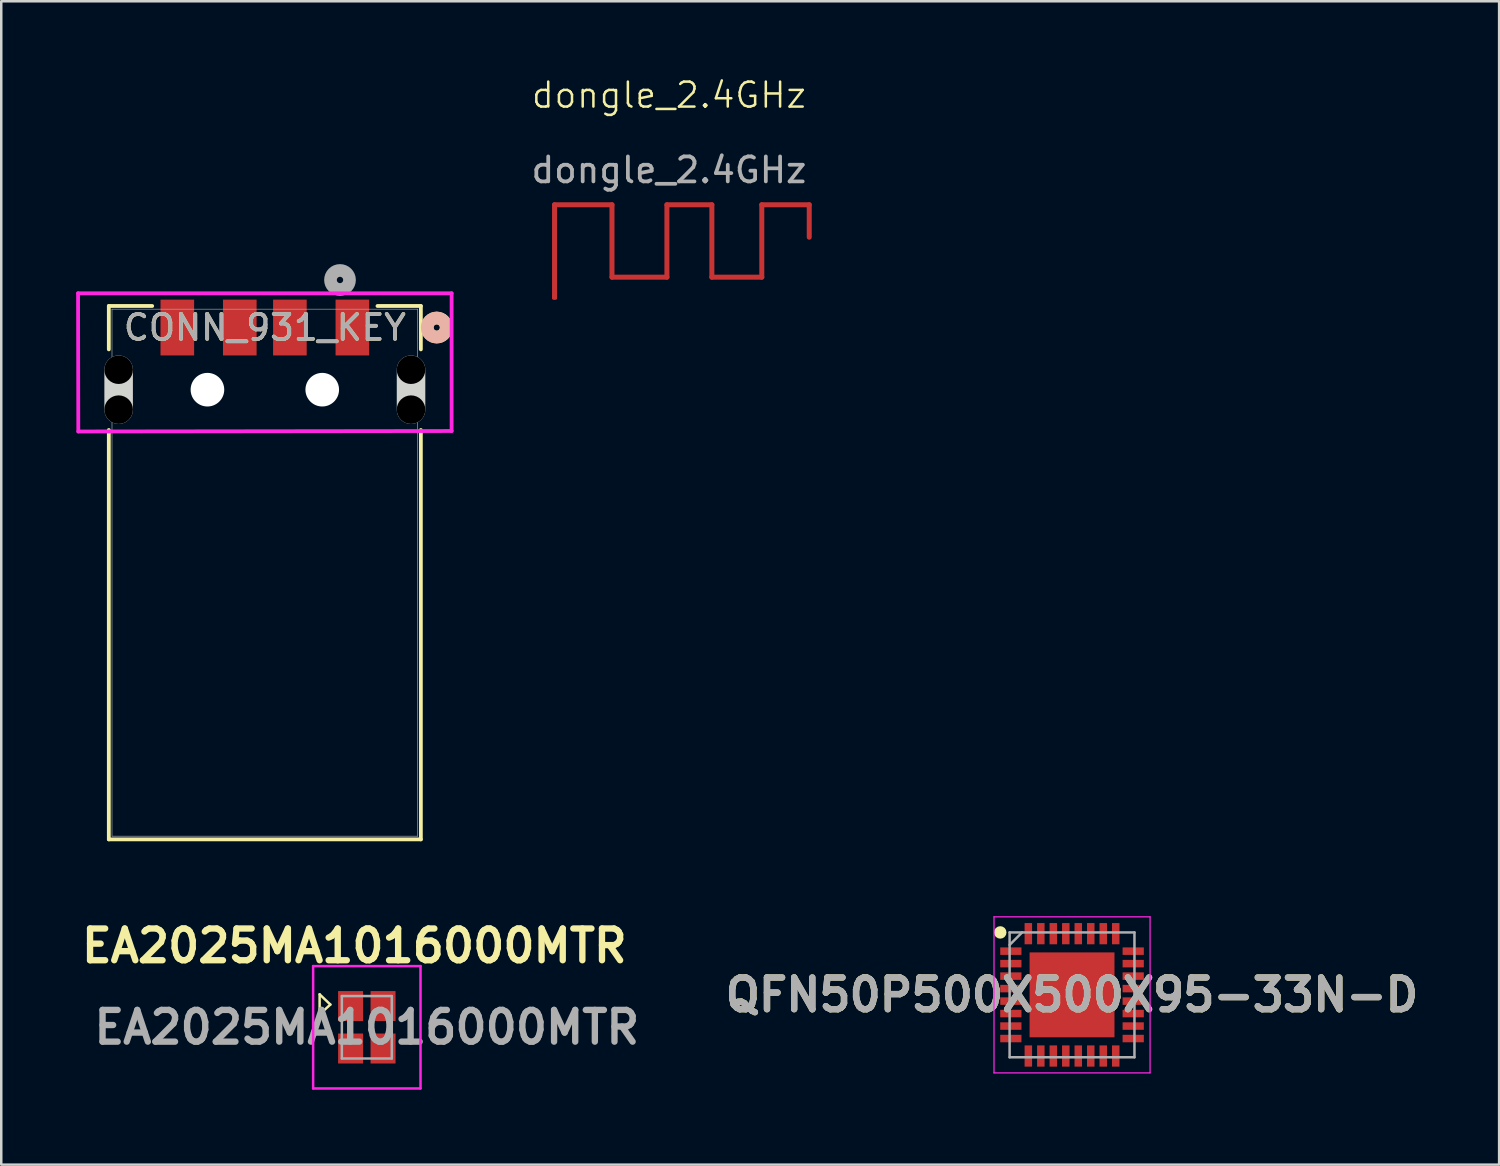
<source format=kicad_pcb>
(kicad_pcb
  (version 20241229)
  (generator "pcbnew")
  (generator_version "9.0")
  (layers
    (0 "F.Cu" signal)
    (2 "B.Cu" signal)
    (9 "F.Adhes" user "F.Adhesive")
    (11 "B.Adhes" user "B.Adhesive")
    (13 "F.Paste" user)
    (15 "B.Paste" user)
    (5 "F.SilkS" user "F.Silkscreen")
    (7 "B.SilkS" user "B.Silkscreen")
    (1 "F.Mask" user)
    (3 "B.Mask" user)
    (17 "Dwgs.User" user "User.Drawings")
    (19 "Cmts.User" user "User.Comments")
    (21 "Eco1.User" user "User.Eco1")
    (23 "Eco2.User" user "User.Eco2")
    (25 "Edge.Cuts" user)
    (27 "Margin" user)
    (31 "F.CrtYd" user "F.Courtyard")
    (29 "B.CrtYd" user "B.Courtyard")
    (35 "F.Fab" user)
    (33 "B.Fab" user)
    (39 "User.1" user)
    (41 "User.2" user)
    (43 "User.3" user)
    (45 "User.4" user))
  (footprint "CONN_931_KEY"
    (layer "F.Cu")
    (at 7.556 0.25)
    (property "Reference" "CONN_931_KEY" (at 0 9.817 0) (unlocked yes) (layer "F.SilkS") (effects (font (size 1 1) (thickness 0.15))))
    (attr smd)
    (fp_line (start -6.248 8.954) (end -6.248 10.692) (stroke (width 0.152) (type solid)) (layer "F.SilkS"))
    (fp_line (start -6.248 13.92) (end -6.248 30.315) (stroke (width 0.152) (type solid)) (layer "F.SilkS"))
    (fp_line (start -6.248 30.315) (end 6.248 30.315) (stroke (width 0.152) (type solid)) (layer "F.SilkS"))
    (fp_line (start -4.511 8.954) (end -6.248 8.954) (stroke (width 0.152) (type solid)) (layer "F.SilkS"))
    (fp_line (start 6.248 8.954) (end 4.511 8.954) (stroke (width 0.152) (type solid)) (layer "F.SilkS"))
    (fp_line (start 6.248 10.692) (end 6.248 8.954) (stroke (width 0.152) (type solid)) (layer "F.SilkS"))
    (fp_line (start 6.248 30.315) (end 6.248 13.92) (stroke (width 0.152) (type solid)) (layer "F.SilkS"))
    (fp_circle (center 6.883 9.817) (end 7.264 9.817) (stroke (width 0.508) (type solid)) (fill no) (layer "F.SilkS"))
    (fp_circle (center 6.883 9.817) (end 7.264 9.817) (stroke (width 0.508) (type solid)) (fill no) (layer "B.SilkS"))
    (fp_line (start -5.855 13.106) (end -5.855 11.506) (stroke (width 1.143) (type solid)) (layer "Edge.Cuts"))
    (fp_line (start 5.855 13.106) (end 5.855 11.506) (stroke (width 1.143) (type solid)) (layer "Edge.Cuts"))
    (fp_line (start -7.47 13.98) (end -7.48 8.445) (stroke (width 0.152) (type default)) (layer "F.CrtYd"))
    (fp_line (start 7.48 13.96) (end -7.47 13.98) (stroke (width 0.152) (type default)) (layer "F.CrtYd"))
    (fp_line (start 7.48 8.445) (end -7.48 8.445) (stroke (width 0.152) (type solid)) (layer "F.CrtYd"))
    (fp_line (start 7.48 8.445) (end 7.48 13.96) (stroke (width 0.152) (type default)) (layer "F.CrtYd"))
    (fp_line (start -6.121 9.081) (end -6.121 30.188) (stroke (width 0.025) (type solid)) (layer "F.Fab"))
    (fp_line (start -6.121 30.188) (end 6.121 30.188) (stroke (width 0.025) (type solid)) (layer "F.Fab"))
    (fp_line (start 6.121 9.081) (end -6.121 9.081) (stroke (width 0.025) (type solid)) (layer "F.Fab"))
    (fp_line (start 6.121 30.188) (end 6.121 9.081) (stroke (width 0.025) (type solid)) (layer "F.Fab"))
    (fp_circle (center 3.01 7.912) (end 3.391 7.912) (stroke (width 0.508) (type solid)) (fill no) (layer "F.Fab"))
    (fp_text user "${REFERENCE}" (at 0 9.817 0) (unlocked yes) (layer "F.Fab") (effects (font (size 1 1) (thickness 0.15))))
    (pad "" np_thru_hole circle (at -5.855 11.506) (size 1.143 1.143) (drill 1.143) (layers))
    (pad "" np_thru_hole circle (at -5.855 13.106) (size 1.143 1.143) (drill 1.143) (layers))
    (pad "" np_thru_hole circle (at -2.299 12.306 90) (size 1.346 1.346) (drill 1.346) (layers "*.Cu" "*.Mask"))
    (pad "" np_thru_hole circle (at 2.299 12.306 90) (size 1.346 1.346) (drill 1.346) (layers "*.Cu" "*.Mask"))
    (pad "" np_thru_hole circle (at 5.855 11.506) (size 1.143 1.143) (drill 1.143) (layers))
    (pad "" np_thru_hole circle (at 5.855 13.106) (size 1.143 1.143) (drill 1.143) (layers))
    (pad "1" smd rect (at 3.505 9.817) (size 1.346 2.235) (layers "F.Cu" "F.Mask" "F.Paste"))
    (pad "2" smd rect (at 1.003 9.817) (size 1.346 2.235) (layers "F.Cu" "F.Mask" "F.Paste"))
    (pad "3" smd rect (at -1.003 9.817) (size 1.346 2.235) (layers "F.Cu" "F.Mask" "F.Paste"))
    (pad "4" smd rect (at -3.505 9.817) (size 1.346 2.235) (layers "F.Cu" "F.Mask" "F.Paste")))
  (footprint "dongle_2.4GHz"
    (layer "F.Cu")
    (at 23.738 1.26)
    (property "Reference" "dongle_2.4GHz" (at 0 -0.5 0) (unlocked yes) (layer "F.SilkS") (effects (font (size 1 1) (thickness 0.1))))
    (attr smd)
    (fp_line (start -4.58 3.89) (end -2.28 3.89) (stroke (width 0.2) (type default)) (layer "F.Cu"))
    (fp_line (start -4.58 7.59) (end -4.58 3.89) (stroke (width 0.2) (type default)) (layer "F.Cu"))
    (fp_line (start -2.28 3.89) (end -2.28 6.79) (stroke (width 0.2) (type default)) (layer "F.Cu"))
    (fp_line (start -2.28 6.79) (end -0.08 6.79) (stroke (width 0.2) (type default)) (layer "F.Cu"))
    (fp_line (start -0.08 3.89) (end 1.72 3.89) (stroke (width 0.2) (type default)) (layer "F.Cu"))
    (fp_line (start -0.08 6.79) (end -0.08 3.89) (stroke (width 0.2) (type default)) (layer "F.Cu"))
    (fp_line (start 1.72 3.89) (end 1.72 6.79) (stroke (width 0.2) (type default)) (layer "F.Cu"))
    (fp_line (start 1.72 6.79) (end 3.72 6.79) (stroke (width 0.2) (type default)) (layer "F.Cu"))
    (fp_line (start 3.72 3.89) (end 5.62 3.89) (stroke (width 0.2) (type default)) (layer "F.Cu"))
    (fp_line (start 3.72 6.79) (end 3.72 3.89) (stroke (width 0.2) (type default)) (layer "F.Cu"))
    (fp_line (start 5.62 3.89) (end 5.62 5.19) (stroke (width 0.2) (type default)) (layer "F.Cu"))
    (fp_text user "${REFERENCE}" (at 0 2.5 0) (unlocked yes) (layer "F.Fab") (effects (font (size 1 1) (thickness 0.15))))
    (pad "1" smd roundrect (at -4.58 7.59) (size 0.2 0.2) (layers "F.Cu" "F.Mask" "F.Paste") (roundrect_rratio 0.25)))
  (footprint "EA2025MA1016000MTR"
    (layer "F.Cu")
    (at 11.64 38.09)
    (property "Reference" "EA2025MA1016000MTR" (at -0.5 -3.26 0) (layer "F.SilkS") (effects (font (size 1.27 1.27) (thickness 0.254))))
    (attr smd)
    (fp_line (start -1.89 -1.32) (end -1.89 -0.52) (stroke (width 0.1) (type default)) (layer "F.SilkS"))
    (fp_line (start -1.89 -0.52) (end -1.46 -0.91) (stroke (width 0.1) (type default)) (layer "F.SilkS"))
    (fp_line (start -1.46 -0.91) (end -1.89 -1.32) (stroke (width 0.1) (type default)) (layer "F.SilkS"))
    (fp_line (start -2.15 -2.45) (end 2.15 -2.45) (stroke (width 0.1) (type solid)) (layer "F.CrtYd"))
    (fp_line (start -2.15 2.45) (end -2.15 -2.45) (stroke (width 0.1) (type solid)) (layer "F.CrtYd"))
    (fp_line (start 2.15 -2.45) (end 2.15 2.45) (stroke (width 0.1) (type solid)) (layer "F.CrtYd"))
    (fp_line (start 2.15 2.45) (end -2.15 2.45) (stroke (width 0.1) (type solid)) (layer "F.CrtYd"))
    (fp_line (start -1 -1.25) (end 1 -1.25) (stroke (width 0.1) (type solid)) (layer "F.Fab"))
    (fp_line (start -1 1.25) (end -1 -1.25) (stroke (width 0.1) (type solid)) (layer "F.Fab"))
    (fp_line (start 1 -1.25) (end 1 1.25) (stroke (width 0.1) (type solid)) (layer "F.Fab"))
    (fp_line (start 1 1.25) (end -1 1.25) (stroke (width 0.1) (type solid)) (layer "F.Fab"))
    (fp_text user "${REFERENCE}" (at 0 0 0) (layer "F.Fab") (effects (font (size 1.27 1.27) (thickness 0.254))))
    (pad "1" smd rect (at -0.65 -0.85) (size 1 1.2) (layers "F.Cu" "F.Mask" "F.Paste"))
    (pad "2" smd rect (at -0.65 0.85) (size 1 1.2) (layers "F.Cu" "F.Mask" "F.Paste"))
    (pad "3" smd rect (at 0.65 0.85) (size 1 1.2) (layers "F.Cu" "F.Mask" "F.Paste"))
    (pad "4" smd rect (at 0.65 -0.85) (size 1 1.2) (layers "F.Cu" "F.Mask" "F.Paste")))
  (footprint "QFN50P500X500X95-33N-D"
    (layer "F.Cu")
    (at 39.882 36.791)
    (property "Reference" "QFN50P500X500X95-33N-D" (at 0 0 0) (layer "F.SilkS") (effects (font (size 1.27 1.27) (thickness 0.254))))
    (attr smd)
    (fp_circle (center -2.875 -2.5) (end -2.875 -2.375) (stroke (width 0.25) (type solid)) (fill no) (layer "F.SilkS"))
    (fp_line (start -3.125 -3.125) (end 3.125 -3.125) (stroke (width 0.05) (type solid)) (layer "F.CrtYd"))
    (fp_line (start -3.125 3.125) (end -3.125 -3.125) (stroke (width 0.05) (type solid)) (layer "F.CrtYd"))
    (fp_line (start 3.125 -3.125) (end 3.125 3.125) (stroke (width 0.05) (type solid)) (layer "F.CrtYd"))
    (fp_line (start 3.125 3.125) (end -3.125 3.125) (stroke (width 0.05) (type solid)) (layer "F.CrtYd"))
    (fp_line (start -2.5 -2.5) (end 2.5 -2.5) (stroke (width 0.1) (type solid)) (layer "F.Fab"))
    (fp_line (start -2.5 -2) (end -2 -2.5) (stroke (width 0.1) (type solid)) (layer "F.Fab"))
    (fp_line (start -2.5 2.5) (end -2.5 -2.5) (stroke (width 0.1) (type solid)) (layer "F.Fab"))
    (fp_line (start 2.5 -2.5) (end 2.5 2.5) (stroke (width 0.1) (type solid)) (layer "F.Fab"))
    (fp_line (start 2.5 2.5) (end -2.5 2.5) (stroke (width 0.1) (type solid)) (layer "F.Fab"))
    (fp_text user "${REFERENCE}" (at 0 0 0) (layer "F.Fab") (effects (font (size 1.27 1.27) (thickness 0.254))))
    (pad "1" smd rect (at -2.45 -1.75 90) (size 0.3 0.85) (layers "F.Cu" "F.Mask" "F.Paste"))
    (pad "2" smd rect (at -2.45 -1.25 90) (size 0.3 0.85) (layers "F.Cu" "F.Mask" "F.Paste"))
    (pad "3" smd rect (at -2.45 -0.75 90) (size 0.3 0.85) (layers "F.Cu" "F.Mask" "F.Paste"))
    (pad "4" smd rect (at -2.45 -0.25 90) (size 0.3 0.85) (layers "F.Cu" "F.Mask" "F.Paste"))
    (pad "5" smd rect (at -2.45 0.25 90) (size 0.3 0.85) (layers "F.Cu" "F.Mask" "F.Paste"))
    (pad "6" smd rect (at -2.45 0.75 90) (size 0.3 0.85) (layers "F.Cu" "F.Mask" "F.Paste"))
    (pad "7" smd rect (at -2.45 1.25 90) (size 0.3 0.85) (layers "F.Cu" "F.Mask" "F.Paste"))
    (pad "8" smd rect (at -2.45 1.75 90) (size 0.3 0.85) (layers "F.Cu" "F.Mask" "F.Paste"))
    (pad "9" smd rect (at -1.75 2.45) (size 0.3 0.85) (layers "F.Cu" "F.Mask" "F.Paste"))
    (pad "10" smd rect (at -1.25 2.45) (size 0.3 0.85) (layers "F.Cu" "F.Mask" "F.Paste"))
    (pad "11" smd rect (at -0.75 2.45) (size 0.3 0.85) (layers "F.Cu" "F.Mask" "F.Paste"))
    (pad "12" smd rect (at -0.25 2.45) (size 0.3 0.85) (layers "F.Cu" "F.Mask" "F.Paste"))
    (pad "13" smd rect (at 0.25 2.45) (size 0.3 0.85) (layers "F.Cu" "F.Mask" "F.Paste"))
    (pad "14" smd rect (at 0.75 2.45) (size 0.3 0.85) (layers "F.Cu" "F.Mask" "F.Paste"))
    (pad "15" smd rect (at 1.25 2.45) (size 0.3 0.85) (layers "F.Cu" "F.Mask" "F.Paste"))
    (pad "16" smd rect (at 1.75 2.45) (size 0.3 0.85) (layers "F.Cu" "F.Mask" "F.Paste"))
    (pad "17" smd rect (at 2.45 1.75 90) (size 0.3 0.85) (layers "F.Cu" "F.Mask" "F.Paste"))
    (pad "18" smd rect (at 2.45 1.25 90) (size 0.3 0.85) (layers "F.Cu" "F.Mask" "F.Paste"))
    (pad "19" smd rect (at 2.45 0.75 90) (size 0.3 0.85) (layers "F.Cu" "F.Mask" "F.Paste"))
    (pad "20" smd rect (at 2.45 0.25 90) (size 0.3 0.85) (layers "F.Cu" "F.Mask" "F.Paste"))
    (pad "21" smd rect (at 2.45 -0.25 90) (size 0.3 0.85) (layers "F.Cu" "F.Mask" "F.Paste"))
    (pad "22" smd rect (at 2.45 -0.75 90) (size 0.3 0.85) (layers "F.Cu" "F.Mask" "F.Paste"))
    (pad "23" smd rect (at 2.45 -1.25 90) (size 0.3 0.85) (layers "F.Cu" "F.Mask" "F.Paste"))
    (pad "24" smd rect (at 2.45 -1.75 90) (size 0.3 0.85) (layers "F.Cu" "F.Mask" "F.Paste"))
    (pad "25" smd rect (at 1.75 -2.45) (size 0.3 0.85) (layers "F.Cu" "F.Mask" "F.Paste"))
    (pad "26" smd rect (at 1.25 -2.45) (size 0.3 0.85) (layers "F.Cu" "F.Mask" "F.Paste"))
    (pad "27" smd rect (at 0.75 -2.45) (size 0.3 0.85) (layers "F.Cu" "F.Mask" "F.Paste"))
    (pad "28" smd rect (at 0.25 -2.45) (size 0.3 0.85) (layers "F.Cu" "F.Mask" "F.Paste"))
    (pad "29" smd rect (at -0.25 -2.45) (size 0.3 0.85) (layers "F.Cu" "F.Mask" "F.Paste"))
    (pad "30" smd rect (at -0.75 -2.45) (size 0.3 0.85) (layers "F.Cu" "F.Mask" "F.Paste"))
    (pad "31" smd rect (at -1.25 -2.45) (size 0.3 0.85) (layers "F.Cu" "F.Mask" "F.Paste"))
    (pad "32" smd rect (at -1.75 -2.45) (size 0.3 0.85) (layers "F.Cu" "F.Mask" "F.Paste"))
    (pad "33" smd rect (at 0 0) (size 3.4 3.4) (layers "F.Cu" "F.Mask" "F.Paste")))
  (gr_rect
    (start -3 -3)
    (end 56.986 43.59)
    (stroke (width 0.1) (type default))
    (fill no)
    (layer "Edge.Cuts")))
</source>
